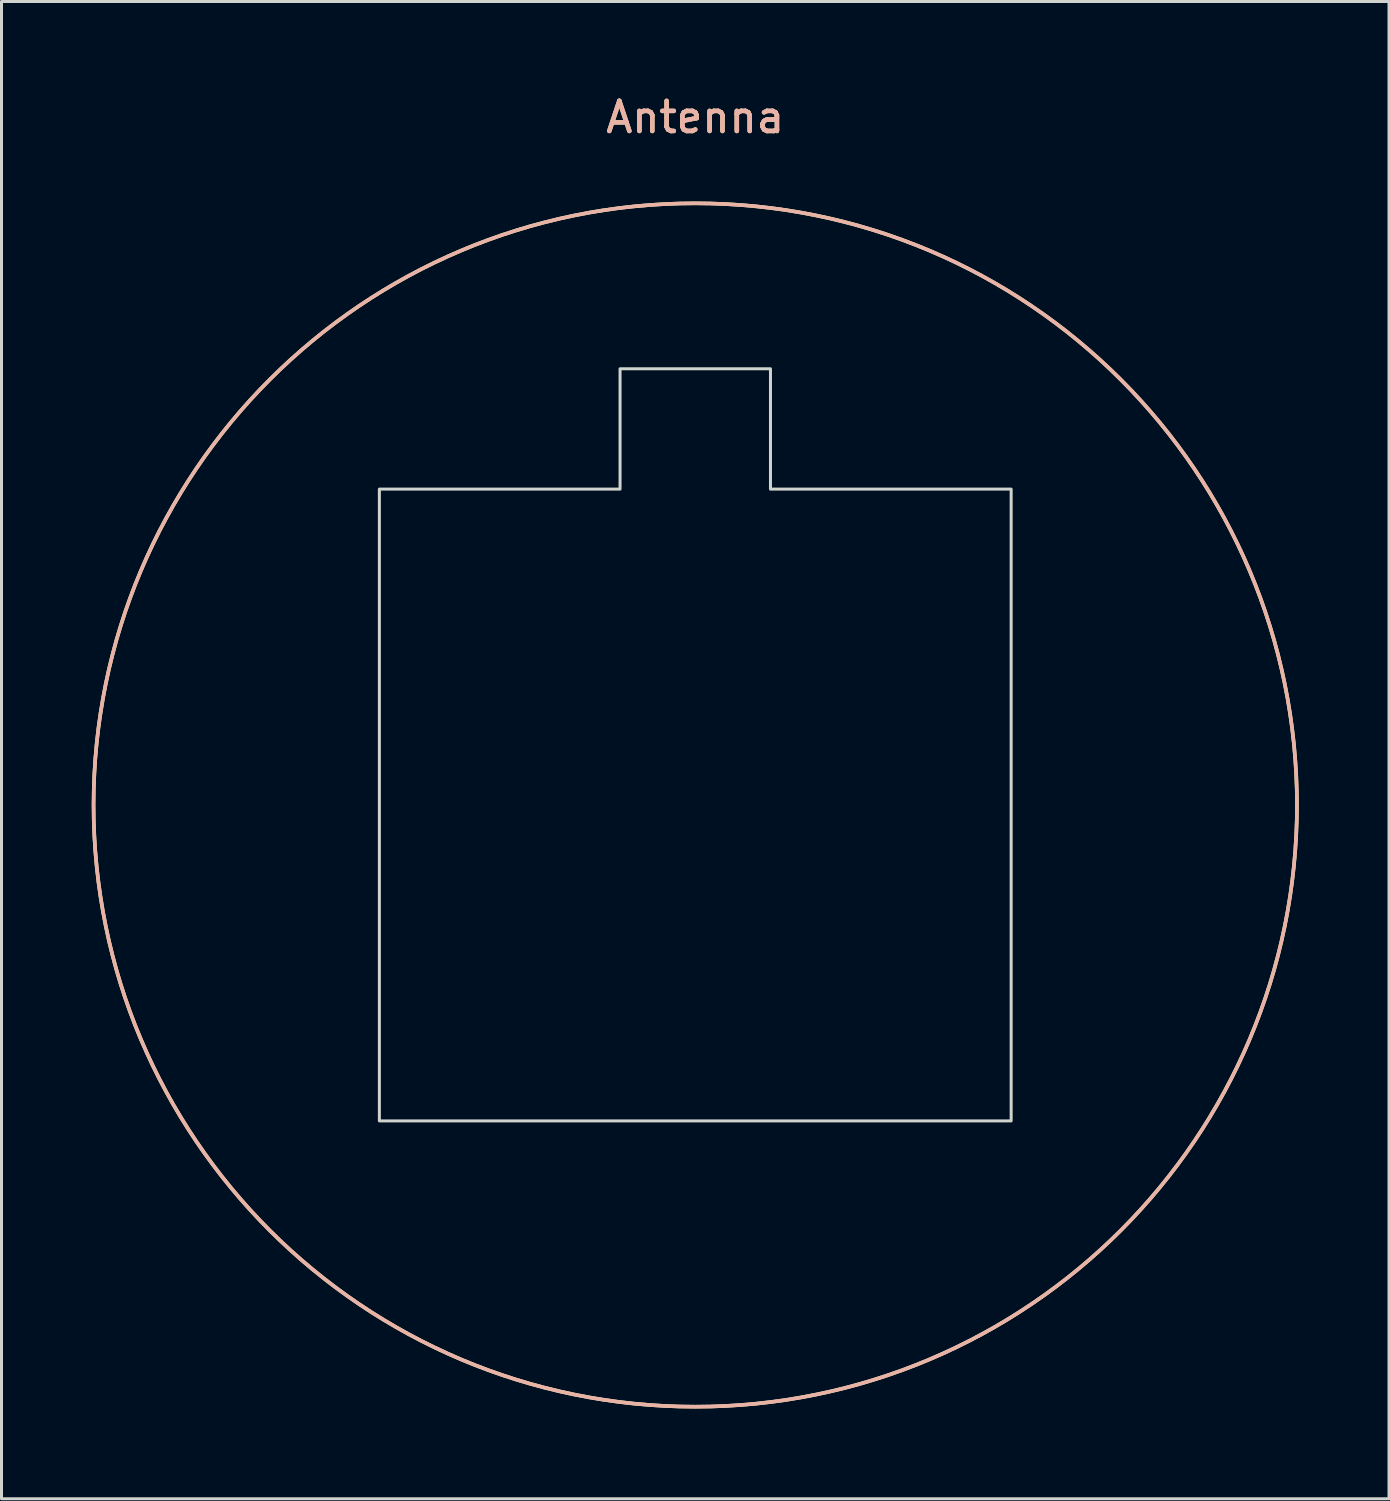
<source format=kicad_pcb>
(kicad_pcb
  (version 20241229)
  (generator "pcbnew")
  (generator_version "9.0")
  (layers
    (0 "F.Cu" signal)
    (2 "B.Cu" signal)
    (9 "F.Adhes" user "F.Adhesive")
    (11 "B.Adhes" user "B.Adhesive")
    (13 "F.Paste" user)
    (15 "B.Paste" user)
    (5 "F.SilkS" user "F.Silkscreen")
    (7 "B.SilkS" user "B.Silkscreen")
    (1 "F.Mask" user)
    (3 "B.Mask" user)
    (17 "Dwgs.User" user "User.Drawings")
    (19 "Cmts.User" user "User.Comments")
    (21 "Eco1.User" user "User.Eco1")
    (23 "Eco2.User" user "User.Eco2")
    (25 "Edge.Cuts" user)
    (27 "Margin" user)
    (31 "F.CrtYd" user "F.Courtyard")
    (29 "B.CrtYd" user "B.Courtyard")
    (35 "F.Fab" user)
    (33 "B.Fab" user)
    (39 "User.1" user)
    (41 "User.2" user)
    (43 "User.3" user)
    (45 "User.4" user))
  (footprint "Antenna"
    (layer "F.Cu")
    (at 20.06 23.708)
    (property "Reference" "Antenna" (at 0 -22.86 0) (layer "F.SilkS") (effects (font (size 1 1) (thickness 0.15))))
    (attr through_hole)
    (fp_circle (center 0 0) (end 20 0) (stroke (width 0.12) (type solid)) (fill no) (layer "F.SilkS"))
    (fp_circle (center 0 0) (end 20 0) (stroke (width 0.12) (type solid)) (fill no) (layer "B.SilkS"))
    (fp_poly (pts (xy 10.5 -10.5) (xy 10.5 10.5) (xy -10.5 10.5) (xy -10.5 -10.5) (xy -2.5 -10.5) (xy -2.5 -14.5) (xy 2.5 -14.5) (xy 2.5 -10.5)) (stroke (width 0.1) (type solid)) (fill no) (layer "Eco1.User"))
    (fp_poly (pts (xy 10.5 -10.5) (xy 10.5 10.5) (xy -10.5 10.5) (xy -10.5 -10.5) (xy -2.5 -10.5) (xy -2.5 -14.5) (xy 2.5 -14.5) (xy 2.5 -10.5)) (stroke (width 0.1) (type solid)) (fill no) (layer "Edge.Cuts"))
    (fp_text user "Antenna" (at 0 -22.86 0) (layer "B.SilkS") (effects (font (size 1 1) (thickness 0.15)))))
  (gr_rect
    (start -3 -3)
    (end 43.12 46.768)
    (stroke (width 0.1) (type default))
    (fill no)
    (layer "Edge.Cuts")))
</source>
